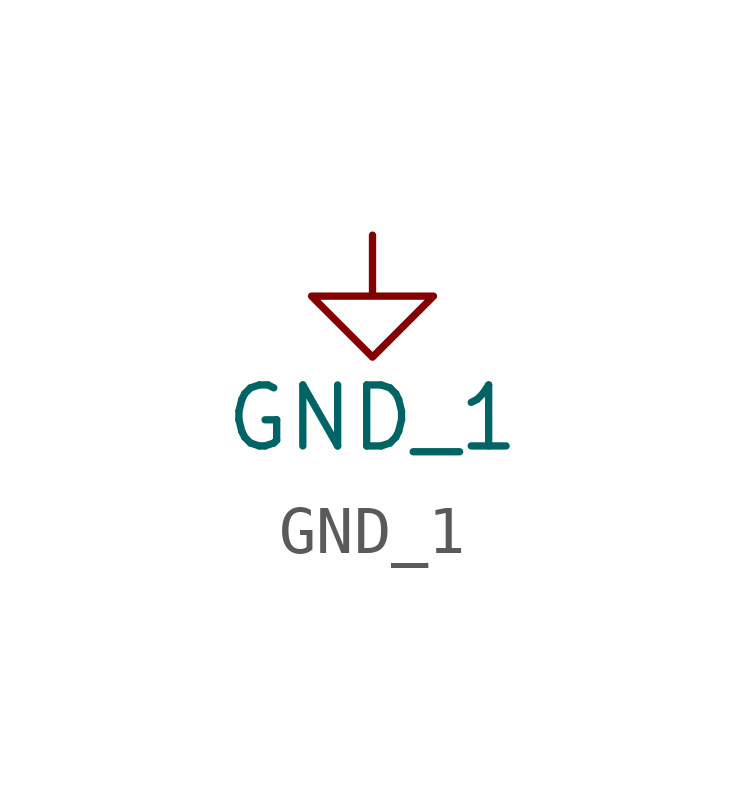
<source format=kicad_sym>
(kicad_symbol_lib
  (version 20211014)
  (generator kicad_symbol_editor)
  (symbol "GND_1"
    (power)
    (pin_names
      (offset 0))
    (property "Reference" "#PWR"
      (at 0 -6.35 0)
      (effects (font (size 1.27 1.27)) hide))
    (property "Value" "GND_1"
      (at 0 -3.81 0)
      (effects (font (size 1.27 1.27))))
    (symbol "GND_1_0_1"
      (polyline (pts (xy 0 0) (xy 0 -1.27) (xy 1.27 -1.27) (xy 0 -2.54) (xy -1.27 -1.27) (xy 0 -1.27)) (stroke (width 0) (type default) (color 0 0 0 0)) (fill (type none))))
    (symbol "GND_1_1_1"
      (pin power_out line (at 0 0 270) (length 0) hide (name "GND" (effects (font (size 1.27 1.27)))) (number "1" (effects (font (size 1.27 1.27))))))))
</source>
